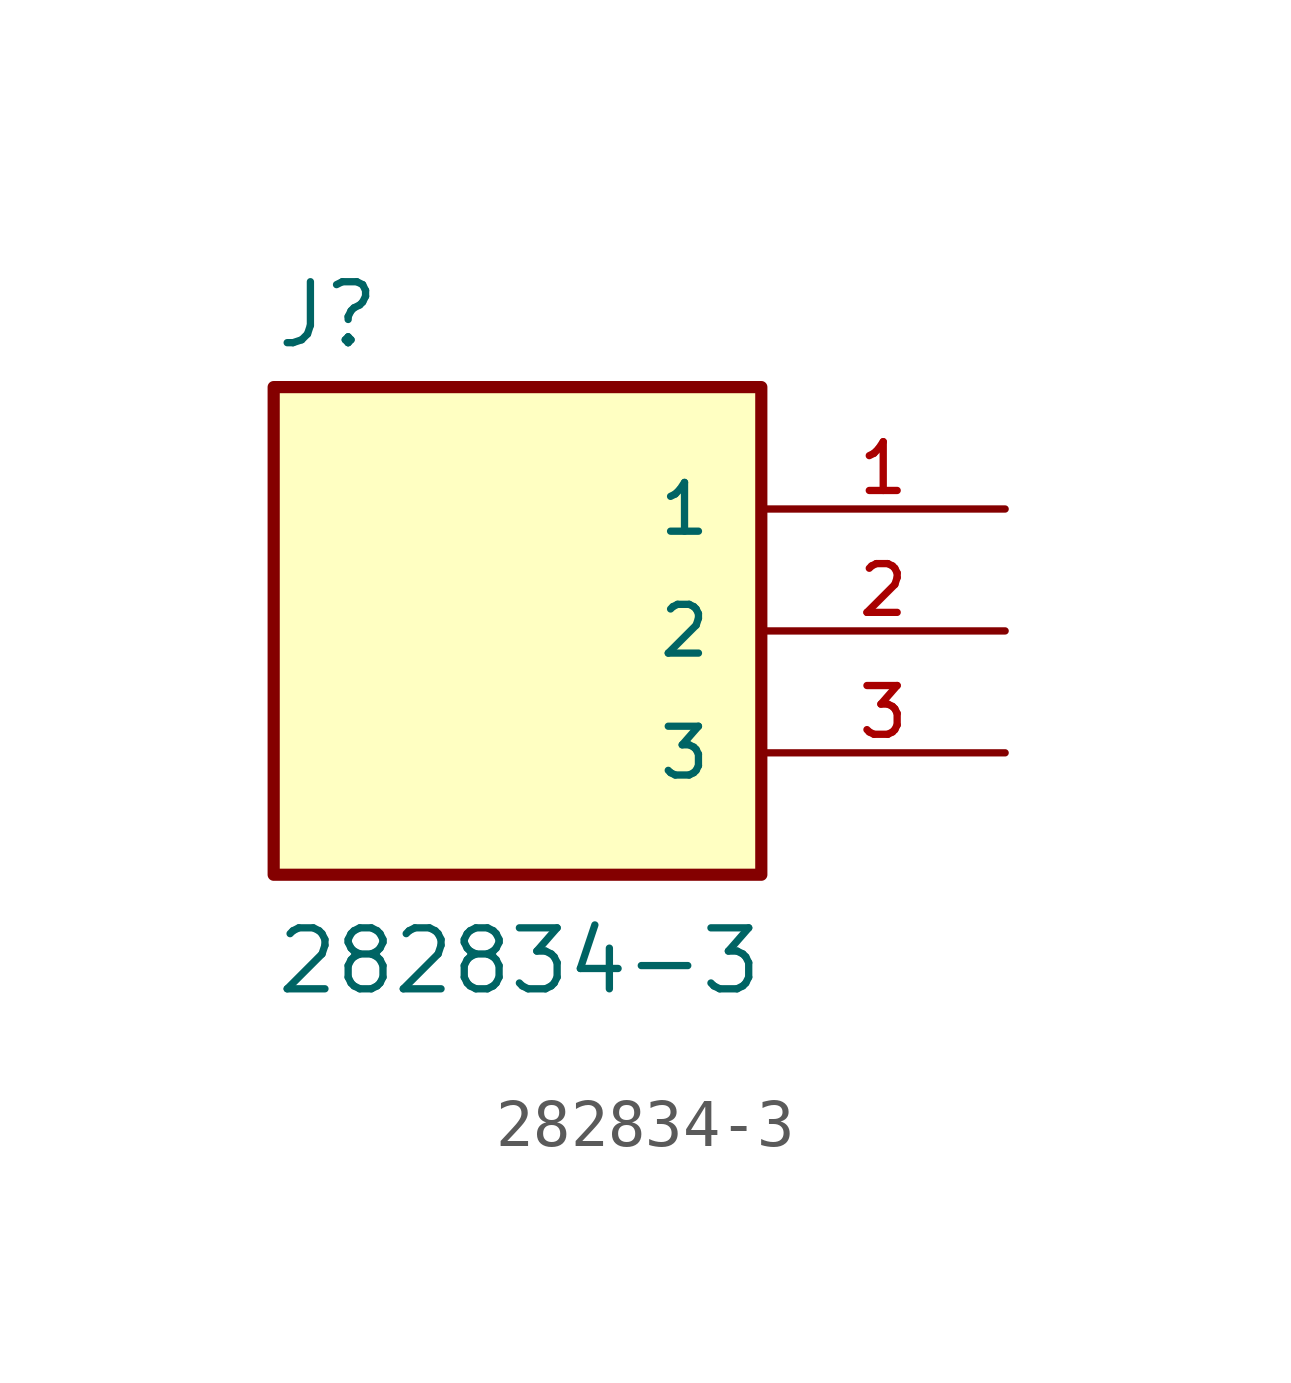
<source format=kicad_sym>
(kicad_symbol_lib
  (version 20211014)
  (generator kicad_symbol_editor)
  (symbol "282834-3"
    (pin_names
      (offset 1.016))
    (property "Reference" "J"
      (at -7.62 5.842 0)
      (effects (font (size 1.27 1.27)) (justify bottom left)))
    (property "Value" "282834-3"
      (at -7.62 -7.62 0)
      (effects (font (size 1.27 1.27)) (justify bottom left)))
    (symbol "282834-3_0_0"
      (rectangle (start -7.62 -5.08) (end 2.54 5.08) (stroke (width 0.254)) (fill (type background)))
      (pin passive line (at 7.62 2.54 180.0) (length 5.08) (name "1" (effects (font (size 1.016 1.016)))) (number "1" (effects (font (size 1.016 1.016)))))
      (pin passive line (at 7.62 0.0 180.0) (length 5.08) (name "2" (effects (font (size 1.016 1.016)))) (number "2" (effects (font (size 1.016 1.016)))))
      (pin passive line (at 7.62 -2.54 180.0) (length 5.08) (name "3" (effects (font (size 1.016 1.016)))) (number "3" (effects (font (size 1.016 1.016))))))))
</source>
